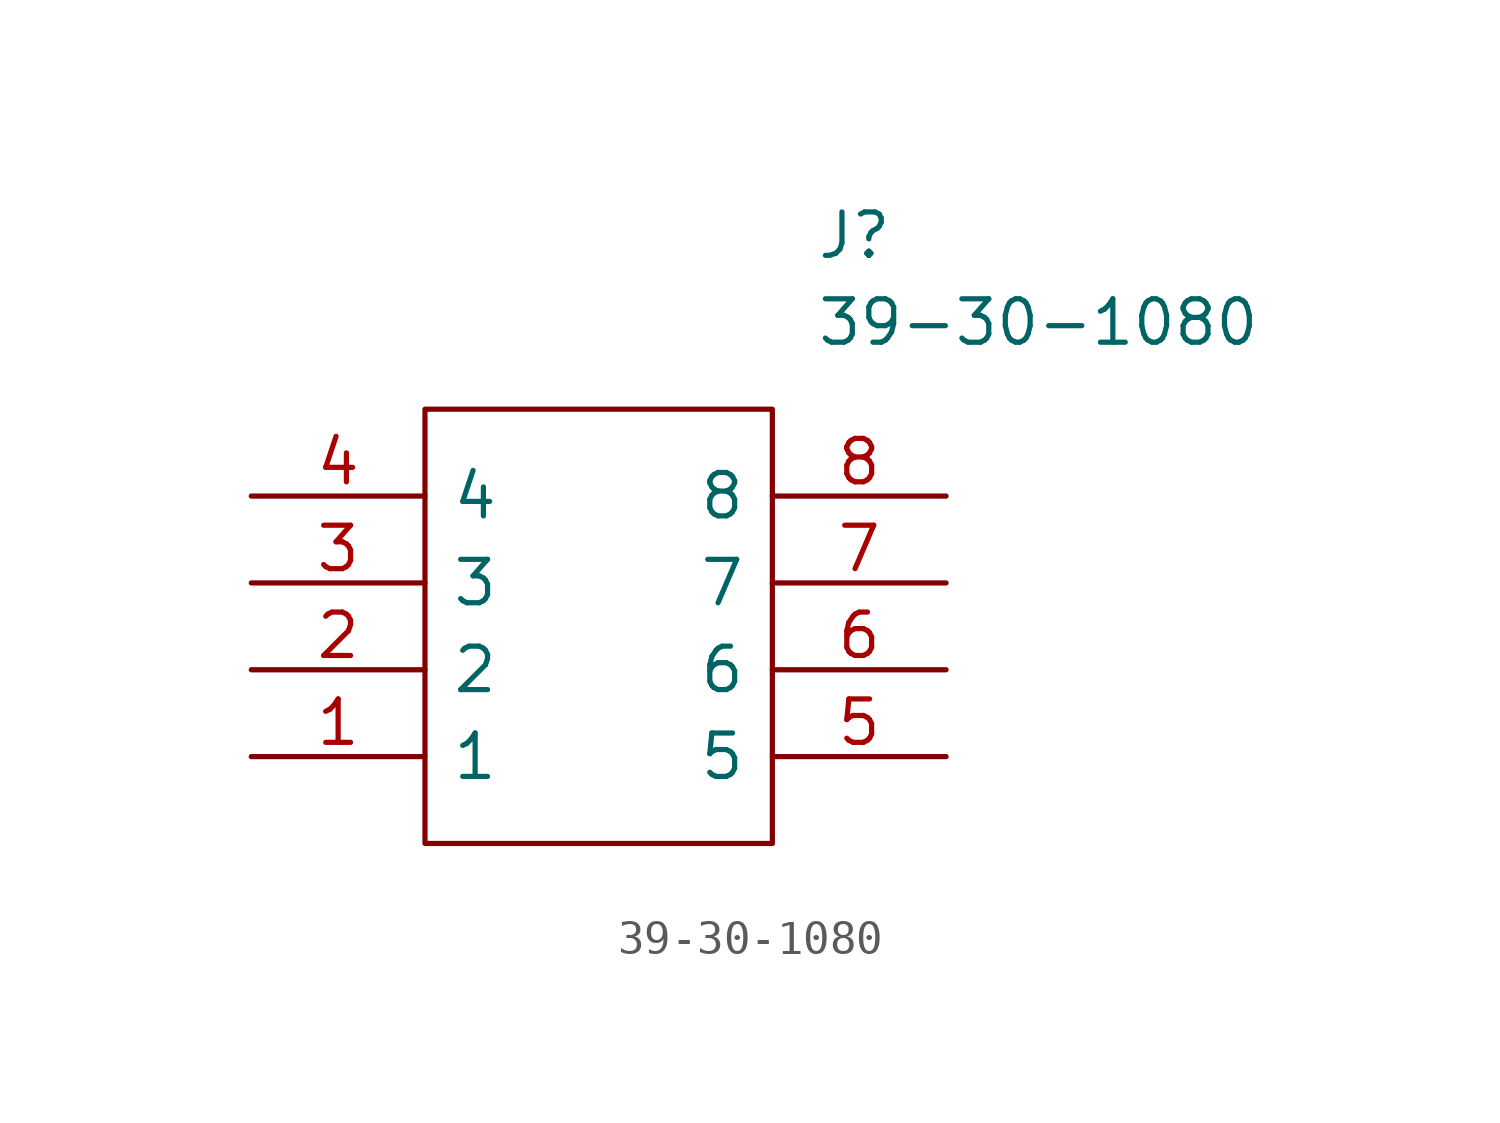
<source format=kicad_sym>
(kicad_symbol_lib
  (version 20211014)
  (generator kicad_symbol_editor)
  (symbol "39-30-1080"
    (pin_names
      (offset 0.762))
    (property "Reference" "J"
      (at 16.51 7.62 0)
      (effects (font (size 1.27 1.27)) (justify left)))
    (property "Value" "39-30-1080"
      (at 16.51 5.08 0)
      (effects (font (size 1.27 1.27)) (justify left)))
    (symbol "39-30-1080_0_0"
      (pin passive line (at 0 -7.62 0) (length 5.08) (name "1" (effects (font (size 1.27 1.27)))) (number "1" (effects (font (size 1.27 1.27)))))
      (pin passive line (at 0 -5.08 0) (length 5.08) (name "2" (effects (font (size 1.27 1.27)))) (number "2" (effects (font (size 1.27 1.27)))))
      (pin passive line (at 0 -2.54 0) (length 5.08) (name "3" (effects (font (size 1.27 1.27)))) (number "3" (effects (font (size 1.27 1.27)))))
      (pin passive line (at 0 0 0) (length 5.08) (name "4" (effects (font (size 1.27 1.27)))) (number "4" (effects (font (size 1.27 1.27)))))
      (pin passive line (at 20.32 -7.62 180) (length 5.08) (name "5" (effects (font (size 1.27 1.27)))) (number "5" (effects (font (size 1.27 1.27)))))
      (pin passive line (at 20.32 -5.08 180) (length 5.08) (name "6" (effects (font (size 1.27 1.27)))) (number "6" (effects (font (size 1.27 1.27)))))
      (pin passive line (at 20.32 -2.54 180) (length 5.08) (name "7" (effects (font (size 1.27 1.27)))) (number "7" (effects (font (size 1.27 1.27)))))
      (pin passive line (at 20.32 0 180) (length 5.08) (name "8" (effects (font (size 1.27 1.27)))) (number "8" (effects (font (size 1.27 1.27))))))
    (symbol "39-30-1080_0_1"
      (polyline (pts (xy 5.08 2.54) (xy 15.24 2.54) (xy 15.24 -10.16) (xy 5.08 -10.16) (xy 5.08 2.54)) (stroke (width 0.152) (type default) (color 0 0 0 0)) (fill (type none))))))
</source>
